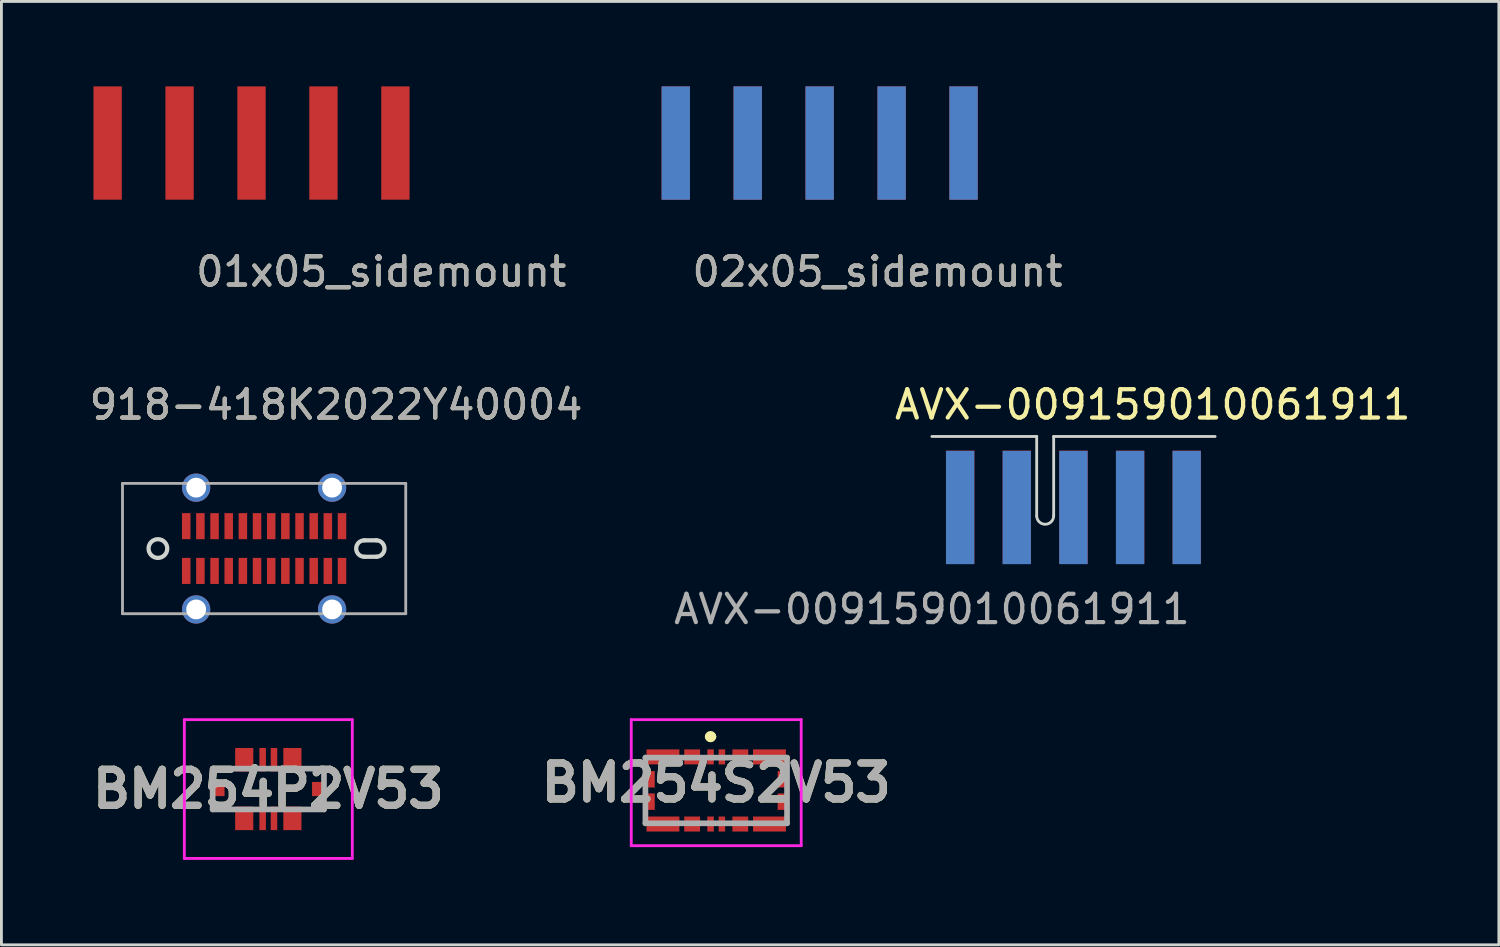
<source format=kicad_pcb>
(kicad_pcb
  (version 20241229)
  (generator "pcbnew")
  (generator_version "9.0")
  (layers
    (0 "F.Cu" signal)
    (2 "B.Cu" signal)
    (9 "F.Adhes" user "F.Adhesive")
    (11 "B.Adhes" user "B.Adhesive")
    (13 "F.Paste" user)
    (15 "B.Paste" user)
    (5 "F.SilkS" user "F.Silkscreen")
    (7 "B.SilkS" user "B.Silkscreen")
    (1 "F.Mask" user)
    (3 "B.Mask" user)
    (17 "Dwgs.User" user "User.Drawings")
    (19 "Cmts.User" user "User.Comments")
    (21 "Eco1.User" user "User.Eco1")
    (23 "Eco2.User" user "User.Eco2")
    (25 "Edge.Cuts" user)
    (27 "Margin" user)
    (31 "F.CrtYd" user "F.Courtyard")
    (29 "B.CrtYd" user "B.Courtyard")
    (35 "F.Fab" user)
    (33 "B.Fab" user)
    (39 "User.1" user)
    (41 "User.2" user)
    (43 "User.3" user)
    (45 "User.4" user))
  (footprint "01x05_sidemount"
    (layer "F.Cu")
    (at 0.25 4)
    (property "Reference" "01x05_sidemount" (at 10.16 2.54 0) (layer "F.SilkS") (effects (font (size 1 1) (thickness 0.15))))
    (attr smd)
    (fp_text user "${REFERENCE}" (at 10.16 2.54 0) (layer "F.Fab") (effects (font (size 1 1) (thickness 0.15))))
    (pad "1" smd rect (at 0.5 -2) (size 1 4) (layers "F.Cu" "F.Mask" "F.Paste"))
    (pad "2" smd rect (at 3.04 -2) (size 1 4) (layers "F.Cu" "F.Mask" "F.Paste"))
    (pad "3" smd rect (at 5.58 -2) (size 1 4) (layers "F.Cu" "F.Mask" "F.Paste"))
    (pad "4" smd rect (at 8.12 -2) (size 1 4) (layers "F.Cu" "F.Mask" "F.Paste"))
    (pad "5" smd rect (at 10.66 -2) (size 1 4) (layers "F.Cu" "F.Mask" "F.Paste")))
  (footprint "BM254S2V53"
    (layer "F.Cu")
    (at 22.237 24.858)
    (property "Reference" "BM254S2V53" (at 0 -0.275 0) (layer "F.SilkS") (effects (font (size 1.27 1.27) (thickness 0.254))))
    (attr smd)
    (fp_line (start -0.3 -1.9) (end -0.3 -1.9) (stroke (width 0.2) (type solid)) (layer "F.SilkS"))
    (fp_line (start -0.1 -1.9) (end -0.1 -1.9) (stroke (width 0.2) (type solid)) (layer "F.SilkS"))
    (fp_arc (start -0.3 -1.9) (mid -0.2 -2) (end -0.1 -1.9) (stroke (width 0.2) (type solid)) (layer "F.SilkS"))
    (fp_arc (start -0.1 -1.9) (mid -0.2 -1.8) (end -0.3 -1.9) (stroke (width 0.2) (type solid)) (layer "F.SilkS"))
    (fp_line (start -3 -2.5) (end 3 -2.5) (stroke (width 0.1) (type solid)) (layer "F.CrtYd"))
    (fp_line (start -3 1.95) (end -3 -2.5) (stroke (width 0.1) (type solid)) (layer "F.CrtYd"))
    (fp_line (start 3 -2.5) (end 3 1.95) (stroke (width 0.1) (type solid)) (layer "F.CrtYd"))
    (fp_line (start 3 1.95) (end -3 1.95) (stroke (width 0.1) (type solid)) (layer "F.CrtYd"))
    (fp_line (start -2.5 -1.16) (end 2.5 -1.16) (stroke (width 0.2) (type solid)) (layer "F.Fab"))
    (fp_line (start -2.5 1.16) (end -2.5 -1.16) (stroke (width 0.2) (type solid)) (layer "F.Fab"))
    (fp_line (start 2.5 -1.16) (end 2.5 1.16) (stroke (width 0.2) (type solid)) (layer "F.Fab"))
    (fp_line (start 2.5 1.16) (end -2.5 1.16) (stroke (width 0.2) (type solid)) (layer "F.Fab"))
    (fp_text user "${REFERENCE}" (at 0 -0.275 0) (layer "F.Fab") (effects (font (size 1.27 1.27) (thickness 0.254))))
    (pad "MP1" smd rect (at -1.88 -1.185 90) (size 0.53 1.16) (layers "F.Cu" "F.Mask" "F.Paste"))
    (pad "MP2" smd rect (at 1.88 -1.185 90) (size 0.53 1.16) (layers "F.Cu" "F.Mask" "F.Paste"))
    (pad "MP3" smd rect (at -1.88 1.185 90) (size 0.53 1.16) (layers "F.Cu" "F.Mask" "F.Paste"))
    (pad "MP4" smd rect (at 1.88 1.185 90) (size 0.53 1.16) (layers "F.Cu" "F.Mask" "F.Paste"))
    (pad "MP5" smd rect (at -2.315 -0.395) (size 0.29 0.58) (layers "F.Cu" "F.Mask" "F.Paste"))
    (pad "MP6" smd rect (at 2.315 -0.395) (size 0.29 0.58) (layers "F.Cu" "F.Mask" "F.Paste"))
    (pad "MP7" smd rect (at -2.315 0.395) (size 0.29 0.58) (layers "F.Cu" "F.Mask" "F.Paste"))
    (pad "MP8" smd rect (at 2.315 0.395) (size 0.29 0.58) (layers "F.Cu" "F.Mask" "F.Paste"))
    (pad "P1" smd rect (at -0.85 -1.185 90) (size 0.53 0.56) (layers "F.Cu" "F.Mask" "F.Paste"))
    (pad "P2" smd rect (at 0.85 -1.185 90) (size 0.53 0.56) (layers "F.Cu" "F.Mask" "F.Paste"))
    (pad "P3" smd rect (at -0.85 1.185 90) (size 0.53 0.56) (layers "F.Cu" "F.Mask" "F.Paste"))
    (pad "P4" smd rect (at 0.85 1.185 90) (size 0.53 0.56) (layers "F.Cu" "F.Mask" "F.Paste"))
    (pad "S1" smd rect (at -0.2 -1.185) (size 0.23 0.53) (layers "F.Cu" "F.Mask" "F.Paste"))
    (pad "S2" smd rect (at 0.2 -1.185) (size 0.23 0.53) (layers "F.Cu" "F.Mask" "F.Paste"))
    (pad "S3" smd rect (at -0.2 1.185) (size 0.23 0.53) (layers "F.Cu" "F.Mask" "F.Paste"))
    (pad "S4" smd rect (at 0.2 1.185) (size 0.23 0.53) (layers "F.Cu" "F.Mask" "F.Paste")))
  (footprint "918-418K2022Y40004"
    (layer "F.Cu")
    (at 6.275 16.317)
    (property "Reference" "918-418K2022Y40004" (at 2.54 -5.08 0) (layer "F.SilkS") (effects (font (size 1 1) (thickness 0.15))))
    (attr through_hole)
    (fp_line (start 3.54 0.29) (end 3.96 0.29) (stroke (width 0.15) (type solid)) (layer "Edge.Cuts"))
    (fp_line (start 3.96 -0.29) (end 3.54 -0.29) (stroke (width 0.15) (type solid)) (layer "Edge.Cuts"))
    (fp_arc (start 3.54 0.29) (mid 3.25 0) (end 3.54 -0.29) (stroke (width 0.15) (type solid)) (layer "Edge.Cuts"))
    (fp_arc (start 3.96 -0.29) (mid 4.25 0) (end 3.96 0.29) (stroke (width 0.15) (type solid)) (layer "Edge.Cuts"))
    (fp_circle (center -3.75 0) (end -4.08 0) (stroke (width 0.15) (type solid)) (fill no) (layer "Edge.Cuts"))
    (fp_line (start -5 -2.3) (end 5 -2.3) (stroke (width 0.1) (type solid)) (layer "F.Fab"))
    (fp_line (start -5 2.3) (end -5 -2.3) (stroke (width 0.1) (type solid)) (layer "F.Fab"))
    (fp_line (start 5 -2.3) (end 5 2.3) (stroke (width 0.1) (type solid)) (layer "F.Fab"))
    (fp_line (start 5 2.3) (end -5 2.3) (stroke (width 0.1) (type solid)) (layer "F.Fab"))
    (fp_text user "${REFERENCE}" (at 2.54 -5.08 0) (layer "F.Fab") (effects (font (size 1 1) (thickness 0.15))))
    (pad "A1" smd rect (at -2.75 -0.79) (size 0.3 0.92) (layers "F.Cu" "F.Mask" "F.Paste"))
    (pad "A2" smd rect (at -2.25 -0.79) (size 0.3 0.92) (layers "F.Cu" "F.Mask" "F.Paste"))
    (pad "A3" smd rect (at -1.75 -0.79) (size 0.3 0.92) (layers "F.Cu" "F.Mask" "F.Paste"))
    (pad "A4" smd rect (at -1.25 -0.79) (size 0.3 0.92) (layers "F.Cu" "F.Mask" "F.Paste"))
    (pad "A5" smd rect (at -0.75 -0.79) (size 0.3 0.92) (layers "F.Cu" "F.Mask" "F.Paste"))
    (pad "A6" smd rect (at -0.25 -0.79) (size 0.3 0.92) (layers "F.Cu" "F.Mask" "F.Paste"))
    (pad "A7" smd rect (at 0.25 -0.79) (size 0.3 0.92) (layers "F.Cu" "F.Mask" "F.Paste"))
    (pad "A8" smd rect (at 0.75 -0.79) (size 0.3 0.92) (layers "F.Cu" "F.Mask" "F.Paste"))
    (pad "A9" smd rect (at 1.25 -0.79) (size 0.3 0.92) (layers "F.Cu" "F.Mask" "F.Paste"))
    (pad "A10" smd rect (at 1.75 -0.79) (size 0.3 0.92) (layers "F.Cu" "F.Mask" "F.Paste"))
    (pad "A11" smd rect (at 2.25 -0.79) (size 0.3 0.92) (layers "F.Cu" "F.Mask" "F.Paste"))
    (pad "A12" smd rect (at 2.75 -0.79) (size 0.3 0.92) (layers "F.Cu" "F.Mask" "F.Paste"))
    (pad "B1" smd rect (at 2.75 0.79) (size 0.3 0.92) (layers "F.Cu" "F.Mask" "F.Paste"))
    (pad "B2" smd rect (at 2.25 0.79) (size 0.3 0.92) (layers "F.Cu" "F.Mask" "F.Paste"))
    (pad "B3" smd rect (at 1.75 0.79) (size 0.3 0.92) (layers "F.Cu" "F.Mask" "F.Paste"))
    (pad "B4" smd rect (at 1.25 0.79) (size 0.3 0.92) (layers "F.Cu" "F.Mask" "F.Paste"))
    (pad "B5" smd rect (at 0.75 0.79) (size 0.3 0.92) (layers "F.Cu" "F.Mask" "F.Paste"))
    (pad "B6" smd rect (at 0.25 0.79) (size 0.3 0.92) (layers "F.Cu" "F.Mask" "F.Paste"))
    (pad "B7" smd rect (at -0.25 0.79) (size 0.3 0.92) (layers "F.Cu" "F.Mask" "F.Paste"))
    (pad "B8" smd rect (at -0.75 0.79) (size 0.3 0.92) (layers "F.Cu" "F.Mask" "F.Paste"))
    (pad "B9" smd rect (at -1.25 0.79) (size 0.3 0.92) (layers "F.Cu" "F.Mask" "F.Paste"))
    (pad "B10" smd rect (at -1.75 0.79) (size 0.3 0.92) (layers "F.Cu" "F.Mask" "F.Paste"))
    (pad "B11" smd rect (at -2.25 0.79) (size 0.3 0.92) (layers "F.Cu" "F.Mask" "F.Paste"))
    (pad "B12" smd rect (at -2.75 0.79) (size 0.3 0.92) (layers "F.Cu" "F.Mask" "F.Paste"))
    (pad "S1" thru_hole circle (at -2.4 -2.15) (size 1 1) (drill 0.7) (layers "*.Cu" "*.Mask"))
    (pad "S1" thru_hole circle (at -2.4 2.15) (size 1 1) (drill 0.7) (layers "*.Cu" "*.Mask"))
    (pad "S1" thru_hole circle (at 2.4 -2.15) (size 1 1) (drill 0.7) (layers "*.Cu" "*.Mask"))
    (pad "S1" thru_hole circle (at 2.4 2.15) (size 1 1) (drill 0.7) (layers "*.Cu" "*.Mask")))
  (footprint "02x05_sidemount"
    (layer "F.Cu")
    (at 20.309 4)
    (property "Reference" "02x05_sidemount" (at 7.62 2.54 0) (layer "F.SilkS") (effects (font (size 1 1) (thickness 0.15))))
    (attr smd)
    (fp_text user "${REFERENCE}" (at 7.62 2.54 0) (layer "F.Fab") (effects (font (size 1 1) (thickness 0.15))))
    (pad "1" smd rect (at 0.5 -2) (size 1 4) (layers "F.Cu" "F.Mask" "F.Paste"))
    (pad "2" smd rect (at 3.04 -2) (size 1 4) (layers "F.Cu" "F.Mask" "F.Paste"))
    (pad "3" smd rect (at 5.58 -2) (size 1 4) (layers "F.Cu" "F.Mask" "F.Paste"))
    (pad "4" smd rect (at 8.12 -2) (size 1 4) (layers "F.Cu" "F.Mask" "F.Paste"))
    (pad "5" smd rect (at 10.66 -2) (size 1 4) (layers "F.Cu" "F.Mask" "F.Paste"))
    (pad "6" smd rect (at 10.66 -2) (size 1 4) (layers "B.Cu" "B.Mask" "B.Paste"))
    (pad "7" smd rect (at 8.12 -2) (size 1 4) (layers "B.Cu" "B.Mask" "B.Paste"))
    (pad "8" smd rect (at 5.58 -2) (size 1 4) (layers "B.Cu" "B.Mask" "B.Paste"))
    (pad "9" smd rect (at 3.04 -2) (size 1 4) (layers "B.Cu" "B.Mask" "B.Paste"))
    (pad "10" smd rect (at 0.5 -2) (size 1 4) (layers "B.Cu" "B.Mask" "B.Paste")))
  (footprint "BM254P2V53"
    (layer "F.Cu")
    (at 6.423 24.808)
    (property "Reference" "BM254P2V53" (at 0 0 0) (layer "F.SilkS") (effects (font (size 1.27 1.27) (thickness 0.254))))
    (attr smd)
    (fp_line (start -1.965 0.72) (end -2 0.72) (stroke (width 0.1) (type solid)) (layer "F.SilkS"))
    (fp_line (start -1.735 0.72) (end -1.965 0.72) (stroke (width 0.1) (type solid)) (layer "F.SilkS"))
    (fp_line (start -1.5 -0.72) (end -1.965 -0.72) (stroke (width 0.1) (type solid)) (layer "F.SilkS"))
    (fp_line (start 1.5 -0.72) (end 1.965 -0.72) (stroke (width 0.1) (type solid)) (layer "F.SilkS"))
    (fp_line (start 1.5 0.72) (end 2 0.72) (stroke (width 0.1) (type solid)) (layer "F.SilkS"))
    (fp_line (start -2.965 -2.45) (end 2.965 -2.45) (stroke (width 0.1) (type solid)) (layer "F.CrtYd"))
    (fp_line (start -2.965 2.45) (end -2.965 -2.45) (stroke (width 0.1) (type solid)) (layer "F.CrtYd"))
    (fp_line (start 2.965 -2.45) (end 2.965 2.45) (stroke (width 0.1) (type solid)) (layer "F.CrtYd"))
    (fp_line (start 2.965 2.45) (end -2.965 2.45) (stroke (width 0.1) (type solid)) (layer "F.CrtYd"))
    (fp_line (start -1.965 -0.72) (end 1.965 -0.72) (stroke (width 0.2) (type solid)) (layer "F.Fab"))
    (fp_line (start -1.965 0.72) (end -1.965 -0.72) (stroke (width 0.2) (type solid)) (layer "F.Fab"))
    (fp_line (start 1.965 -0.72) (end 1.965 0.72) (stroke (width 0.2) (type solid)) (layer "F.Fab"))
    (fp_line (start 1.965 0.72) (end -1.965 0.72) (stroke (width 0.2) (type solid)) (layer "F.Fab"))
    (fp_text user "${REFERENCE}" (at 0 0 0) (layer "F.Fab") (effects (font (size 1.27 1.27) (thickness 0.254))))
    (pad "MP1" smd rect (at -1.735 0) (size 0.38 0.5) (layers "F.Cu" "F.Mask" "F.Paste"))
    (pad "MP2" smd rect (at 1.735 0) (size 0.38 0.5) (layers "F.Cu" "F.Mask" "F.Paste"))
    (pad "P1" smd rect (at -0.85 1.035) (size 0.64 0.83) (layers "F.Cu" "F.Mask" "F.Paste"))
    (pad "P2" smd rect (at -0.85 -1.035) (size 0.64 0.83) (layers "F.Cu" "F.Mask" "F.Paste"))
    (pad "P3" smd rect (at 0.85 1.035) (size 0.64 0.83) (layers "F.Cu" "F.Mask" "F.Paste"))
    (pad "P4" smd rect (at 0.85 -1.035) (size 0.64 0.83) (layers "F.Cu" "F.Mask" "F.Paste"))
    (pad "S1" smd rect (at -0.2 1.035) (size 0.23 0.83) (layers "F.Cu" "F.Mask" "F.Paste"))
    (pad "S2" smd rect (at -0.2 -1.035) (size 0.23 0.83) (layers "F.Cu" "F.Mask" "F.Paste"))
    (pad "S3" smd rect (at 0.2 1.035) (size 0.23 0.83) (layers "F.Cu" "F.Mask" "F.Paste"))
    (pad "S4" smd rect (at 0.2 -1.035) (size 0.23 0.83) (layers "F.Cu" "F.Mask" "F.Paste")))
  (footprint "AVX-009159010061911"
    (layer "F.Cu")
    (at 29.851 17.459)
    (property "Reference" "AVX-009159010061911" (at 7.798 -6.223 0) (layer "F.SilkS") (effects (font (size 1 1) (thickness 0.15))))
    (attr smd)
    (fp_line (start 0 -5.099) (end 3.7 -5.099) (stroke (width 0.1) (type solid)) (layer "Edge.Cuts"))
    (fp_line (start 3.7 -5.099) (end 3.7 -2.299) (stroke (width 0.1) (type solid)) (layer "Edge.Cuts"))
    (fp_line (start 4.3 -5.099) (end 10 -5.099) (stroke (width 0.1) (type solid)) (layer "Edge.Cuts"))
    (fp_line (start 4.3 -2.299) (end 4.3 -5.099) (stroke (width 0.1) (type solid)) (layer "Edge.Cuts"))
    (fp_arc (start 4.3 -2.298863) (mid 4 -1.998863) (end 3.7 -2.298863) (stroke (width 0.1) (type solid)) (layer "Edge.Cuts"))
    (fp_text user "${REFERENCE}" (at 0 1 0) (layer "F.Fab") (effects (font (size 1 1) (thickness 0.15))))
    (pad "1" smd rect (at 1 -2.599) (size 1 4) (layers "F.Cu" "F.Mask" "F.Paste"))
    (pad "2" smd rect (at 3 -2.599) (size 1 4) (layers "F.Cu" "F.Mask" "F.Paste"))
    (pad "3" smd rect (at 5 -2.599) (size 1 4) (layers "F.Cu" "F.Mask" "F.Paste"))
    (pad "4" smd rect (at 7 -2.599) (size 1 4) (layers "F.Cu" "F.Mask" "F.Paste"))
    (pad "5" smd rect (at 9 -2.599) (size 1 4) (layers "F.Cu" "F.Mask" "F.Paste"))
    (pad "6" smd rect (at 0.997 -2.591) (size 1 4) (layers "B.Cu" "B.Mask" "B.Paste"))
    (pad "7" smd rect (at 2.997 -2.591) (size 1 4) (layers "B.Cu" "B.Mask" "B.Paste"))
    (pad "8" smd rect (at 4.997 -2.591) (size 1 4) (layers "B.Cu" "B.Mask" "B.Paste"))
    (pad "9" smd rect (at 6.997 -2.591) (size 1 4) (layers "B.Cu" "B.Mask" "B.Paste"))
    (pad "10" smd rect (at 8.997 -2.591) (size 1 4) (layers "B.Cu" "B.Mask" "B.Paste")))
  (gr_rect
    (start -3 -3)
    (end 49.869 30.308)
    (stroke (width 0.1) (type default))
    (fill no)
    (layer "Edge.Cuts")))
</source>
